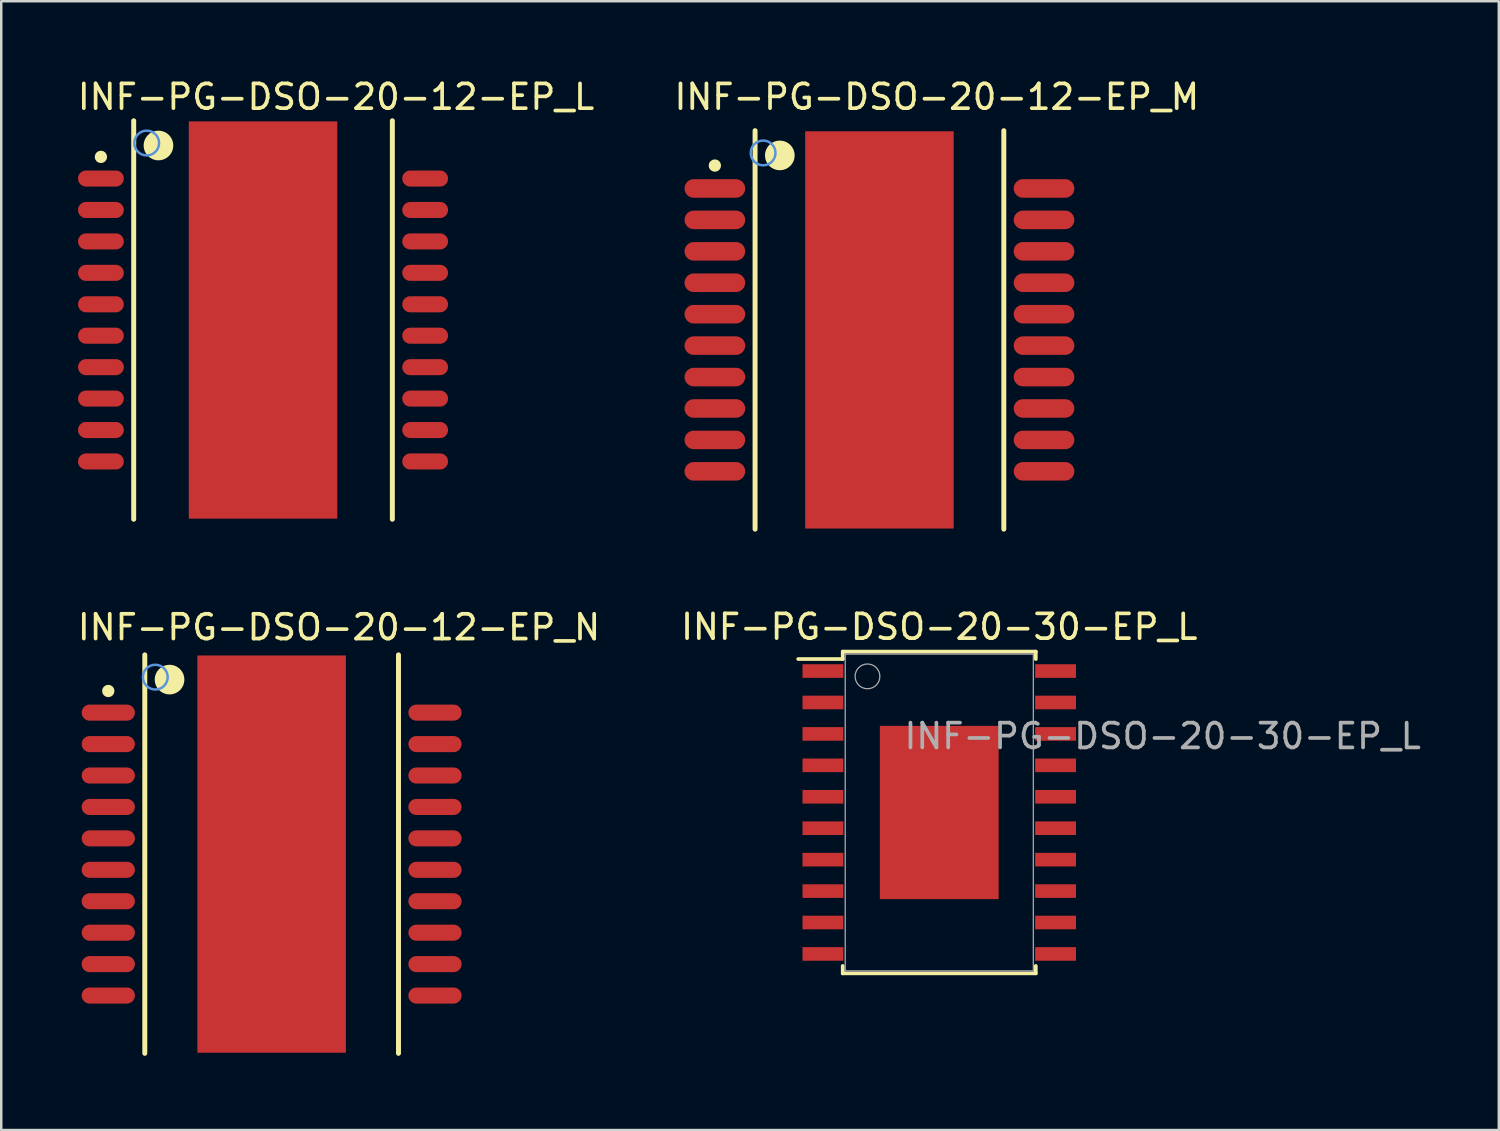
<source format=kicad_pcb>
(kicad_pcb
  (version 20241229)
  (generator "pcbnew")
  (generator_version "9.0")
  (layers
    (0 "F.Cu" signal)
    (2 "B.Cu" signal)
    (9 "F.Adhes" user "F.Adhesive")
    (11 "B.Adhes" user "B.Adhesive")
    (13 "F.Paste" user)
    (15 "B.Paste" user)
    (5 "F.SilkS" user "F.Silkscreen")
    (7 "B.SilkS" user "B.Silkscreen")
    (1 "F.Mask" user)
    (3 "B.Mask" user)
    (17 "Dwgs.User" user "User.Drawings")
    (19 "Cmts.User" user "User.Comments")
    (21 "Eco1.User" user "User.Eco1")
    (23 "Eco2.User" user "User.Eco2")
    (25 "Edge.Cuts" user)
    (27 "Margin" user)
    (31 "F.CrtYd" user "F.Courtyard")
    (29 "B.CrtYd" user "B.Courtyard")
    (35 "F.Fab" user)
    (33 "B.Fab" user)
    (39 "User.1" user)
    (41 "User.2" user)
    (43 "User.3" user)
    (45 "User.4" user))
  (footprint "INF-PG-DSO-20-12-EP_N"
    (layer "F.Cu")
    (at 7.925 31.458)
    (property "Reference" "INF-PG-DSO-20-12-EP_N" (at -7.925 -8.579 0) (layer "F.SilkS") (effects (font (size 1 1) (thickness 0.15)) (justify left bottom)))
    (attr through_hole)
    (fp_line (start -5.125 8.05) (end -5.125 -8.05) (stroke (width 0.2) (type solid)) (layer "F.SilkS"))
    (fp_line (start 5.125 8.05) (end 5.125 -8.05) (stroke (width 0.2) (type solid)) (layer "F.SilkS"))
    (fp_circle (center -6.6 -6.59) (end -6.475 -6.59) (stroke (width 0.25) (type solid)) (fill no) (layer "F.SilkS"))
    (fp_circle (center -4.125 -7.05) (end -3.825 -7.05) (stroke (width 0.6) (type solid)) (fill no) (layer "F.SilkS"))
    (fp_circle (center -4.7 -7.15) (end -4.2 -7.15) (stroke (width 0.1) (type solid)) (fill no) (layer "Cmts.User"))
    (pad "1" smd oval (at -6.6 -5.715 90) (size 0.65 2.15) (layers "F.Cu" "F.Mask" "F.Paste"))
    (pad "2" smd oval (at -6.6 -4.445 90) (size 0.65 2.15) (layers "F.Cu" "F.Mask" "F.Paste"))
    (pad "3" smd oval (at -6.6 -3.175 90) (size 0.65 2.15) (layers "F.Cu" "F.Mask" "F.Paste"))
    (pad "4" smd oval (at -6.6 -1.905 90) (size 0.65 2.15) (layers "F.Cu" "F.Mask" "F.Paste"))
    (pad "5" smd oval (at -6.6 -0.635 90) (size 0.65 2.15) (layers "F.Cu" "F.Mask" "F.Paste"))
    (pad "6" smd oval (at -6.6 0.635 90) (size 0.65 2.15) (layers "F.Cu" "F.Mask" "F.Paste"))
    (pad "7" smd oval (at -6.6 1.905 90) (size 0.65 2.15) (layers "F.Cu" "F.Mask" "F.Paste"))
    (pad "8" smd oval (at -6.6 3.175 90) (size 0.65 2.15) (layers "F.Cu" "F.Mask" "F.Paste"))
    (pad "9" smd oval (at -6.6 4.445 90) (size 0.65 2.15) (layers "F.Cu" "F.Mask" "F.Paste"))
    (pad "10" smd oval (at -6.6 5.715 90) (size 0.65 2.15) (layers "F.Cu" "F.Mask" "F.Paste"))
    (pad "11" smd oval (at 6.6 5.715 90) (size 0.65 2.15) (layers "F.Cu" "F.Mask" "F.Paste"))
    (pad "12" smd oval (at 6.6 4.445 90) (size 0.65 2.15) (layers "F.Cu" "F.Mask" "F.Paste"))
    (pad "13" smd oval (at 6.6 3.175 90) (size 0.65 2.15) (layers "F.Cu" "F.Mask" "F.Paste"))
    (pad "14" smd oval (at 6.6 1.905 90) (size 0.65 2.15) (layers "F.Cu" "F.Mask" "F.Paste"))
    (pad "15" smd oval (at 6.6 0.635 90) (size 0.65 2.15) (layers "F.Cu" "F.Mask" "F.Paste"))
    (pad "16" smd oval (at 6.6 -0.635 90) (size 0.65 2.15) (layers "F.Cu" "F.Mask" "F.Paste"))
    (pad "17" smd oval (at 6.6 -1.905 90) (size 0.65 2.15) (layers "F.Cu" "F.Mask" "F.Paste"))
    (pad "18" smd oval (at 6.6 -3.175 90) (size 0.65 2.15) (layers "F.Cu" "F.Mask" "F.Paste"))
    (pad "19" smd oval (at 6.6 -4.445 90) (size 0.65 2.15) (layers "F.Cu" "F.Mask" "F.Paste"))
    (pad "20" smd oval (at 6.6 -5.715 90) (size 0.65 2.15) (layers "F.Cu" "F.Mask" "F.Paste"))
    (pad "21" smd rect (at 0 0) (size 6 16.05) (layers "F.Cu" "F.Mask" "F.Paste")))
  (footprint "INF-PG-DSO-20-12-EP_M"
    (layer "F.Cu")
    (at 32.482 10.279)
    (property "Reference" "INF-PG-DSO-20-12-EP_M" (at -8.375 -8.829 0) (layer "F.SilkS") (effects (font (size 1 1) (thickness 0.15)) (justify left bottom)))
    (attr through_hole)
    (fp_line (start -5.025 8.05) (end -5.025 -8.05) (stroke (width 0.2) (type solid)) (layer "F.SilkS"))
    (fp_line (start 5.025 8.05) (end 5.025 -8.05) (stroke (width 0.2) (type solid)) (layer "F.SilkS"))
    (fp_circle (center -6.65 -6.64) (end -6.525 -6.64) (stroke (width 0.25) (type solid)) (fill no) (layer "F.SilkS"))
    (fp_circle (center -4.025 -7.05) (end -3.725 -7.05) (stroke (width 0.6) (type solid)) (fill no) (layer "F.SilkS"))
    (fp_circle (center -4.7 -7.15) (end -4.2 -7.15) (stroke (width 0.1) (type solid)) (fill no) (layer "Cmts.User"))
    (pad "1" smd oval (at -6.65 -5.715 90) (size 0.75 2.45) (layers "F.Cu" "F.Mask" "F.Paste"))
    (pad "2" smd oval (at -6.65 -4.445 90) (size 0.75 2.45) (layers "F.Cu" "F.Mask" "F.Paste"))
    (pad "3" smd oval (at -6.65 -3.175 90) (size 0.75 2.45) (layers "F.Cu" "F.Mask" "F.Paste"))
    (pad "4" smd oval (at -6.65 -1.905 90) (size 0.75 2.45) (layers "F.Cu" "F.Mask" "F.Paste"))
    (pad "5" smd oval (at -6.65 -0.635 90) (size 0.75 2.45) (layers "F.Cu" "F.Mask" "F.Paste"))
    (pad "6" smd oval (at -6.65 0.635 90) (size 0.75 2.45) (layers "F.Cu" "F.Mask" "F.Paste"))
    (pad "7" smd oval (at -6.65 1.905 90) (size 0.75 2.45) (layers "F.Cu" "F.Mask" "F.Paste"))
    (pad "8" smd oval (at -6.65 3.175 90) (size 0.75 2.45) (layers "F.Cu" "F.Mask" "F.Paste"))
    (pad "9" smd oval (at -6.65 4.445 90) (size 0.75 2.45) (layers "F.Cu" "F.Mask" "F.Paste"))
    (pad "10" smd oval (at -6.65 5.715 90) (size 0.75 2.45) (layers "F.Cu" "F.Mask" "F.Paste"))
    (pad "11" smd oval (at 6.65 5.715 90) (size 0.75 2.45) (layers "F.Cu" "F.Mask" "F.Paste"))
    (pad "12" smd oval (at 6.65 4.445 90) (size 0.75 2.45) (layers "F.Cu" "F.Mask" "F.Paste"))
    (pad "13" smd oval (at 6.65 3.175 90) (size 0.75 2.45) (layers "F.Cu" "F.Mask" "F.Paste"))
    (pad "14" smd oval (at 6.65 1.905 90) (size 0.75 2.45) (layers "F.Cu" "F.Mask" "F.Paste"))
    (pad "15" smd oval (at 6.65 0.635 90) (size 0.75 2.45) (layers "F.Cu" "F.Mask" "F.Paste"))
    (pad "16" smd oval (at 6.65 -0.635 90) (size 0.75 2.45) (layers "F.Cu" "F.Mask" "F.Paste"))
    (pad "17" smd oval (at 6.65 -1.905 90) (size 0.75 2.45) (layers "F.Cu" "F.Mask" "F.Paste"))
    (pad "18" smd oval (at 6.65 -3.175 90) (size 0.75 2.45) (layers "F.Cu" "F.Mask" "F.Paste"))
    (pad "19" smd oval (at 6.65 -4.445 90) (size 0.75 2.45) (layers "F.Cu" "F.Mask" "F.Paste"))
    (pad "20" smd oval (at 6.65 -5.715 90) (size 0.75 2.45) (layers "F.Cu" "F.Mask" "F.Paste"))
    (pad "21" smd rect (at 0 0) (size 6 16.05) (layers "F.Cu" "F.Mask" "F.Paste")))
  (footprint "INF-PG-DSO-20-12-EP_L"
    (layer "F.Cu")
    (at 7.577 9.879)
    (property "Reference" "INF-PG-DSO-20-12-EP_L" (at -7.577 -8.429 0) (layer "F.SilkS") (effects (font (size 1 1) (thickness 0.15)) (justify left bottom)))
    (attr through_hole)
    (fp_line (start -5.225 8.05) (end -5.225 -8.05) (stroke (width 0.2) (type solid)) (layer "F.SilkS"))
    (fp_line (start 5.225 8.05) (end 5.225 -8.05) (stroke (width 0.2) (type solid)) (layer "F.SilkS"))
    (fp_circle (center -6.55 -6.59) (end -6.425 -6.59) (stroke (width 0.25) (type solid)) (fill no) (layer "F.SilkS"))
    (fp_circle (center -4.225 -7.05) (end -3.925 -7.05) (stroke (width 0.6) (type solid)) (fill no) (layer "F.SilkS"))
    (fp_circle (center -4.7 -7.15) (end -4.2 -7.15) (stroke (width 0.1) (type solid)) (fill no) (layer "Cmts.User"))
    (pad "1" smd oval (at -6.55 -5.715 90) (size 0.65 1.85) (layers "F.Cu" "F.Mask" "F.Paste"))
    (pad "2" smd oval (at -6.55 -4.445 90) (size 0.65 1.85) (layers "F.Cu" "F.Mask" "F.Paste"))
    (pad "3" smd oval (at -6.55 -3.175 90) (size 0.65 1.85) (layers "F.Cu" "F.Mask" "F.Paste"))
    (pad "4" smd oval (at -6.55 -1.905 90) (size 0.65 1.85) (layers "F.Cu" "F.Mask" "F.Paste"))
    (pad "5" smd oval (at -6.55 -0.635 90) (size 0.65 1.85) (layers "F.Cu" "F.Mask" "F.Paste"))
    (pad "6" smd oval (at -6.55 0.635 90) (size 0.65 1.85) (layers "F.Cu" "F.Mask" "F.Paste"))
    (pad "7" smd oval (at -6.55 1.905 90) (size 0.65 1.85) (layers "F.Cu" "F.Mask" "F.Paste"))
    (pad "8" smd oval (at -6.55 3.175 90) (size 0.65 1.85) (layers "F.Cu" "F.Mask" "F.Paste"))
    (pad "9" smd oval (at -6.55 4.445 90) (size 0.65 1.85) (layers "F.Cu" "F.Mask" "F.Paste"))
    (pad "10" smd oval (at -6.55 5.715 90) (size 0.65 1.85) (layers "F.Cu" "F.Mask" "F.Paste"))
    (pad "11" smd oval (at 6.55 5.715 90) (size 0.65 1.85) (layers "F.Cu" "F.Mask" "F.Paste"))
    (pad "12" smd oval (at 6.55 4.445 90) (size 0.65 1.85) (layers "F.Cu" "F.Mask" "F.Paste"))
    (pad "13" smd oval (at 6.55 3.175 90) (size 0.65 1.85) (layers "F.Cu" "F.Mask" "F.Paste"))
    (pad "14" smd oval (at 6.55 1.905 90) (size 0.65 1.85) (layers "F.Cu" "F.Mask" "F.Paste"))
    (pad "15" smd oval (at 6.55 0.635 90) (size 0.65 1.85) (layers "F.Cu" "F.Mask" "F.Paste"))
    (pad "16" smd oval (at 6.55 -0.635 90) (size 0.65 1.85) (layers "F.Cu" "F.Mask" "F.Paste"))
    (pad "17" smd oval (at 6.55 -1.905 90) (size 0.65 1.85) (layers "F.Cu" "F.Mask" "F.Paste"))
    (pad "18" smd oval (at 6.55 -3.175 90) (size 0.65 1.85) (layers "F.Cu" "F.Mask" "F.Paste"))
    (pad "19" smd oval (at 6.55 -4.445 90) (size 0.65 1.85) (layers "F.Cu" "F.Mask" "F.Paste"))
    (pad "20" smd oval (at 6.55 -5.715 90) (size 0.65 1.85) (layers "F.Cu" "F.Mask" "F.Paste"))
    (pad "21" smd rect (at 0 0) (size 6 16.05) (layers "F.Cu" "F.Mask" "F.Paste")))
  (footprint "INF-PG-DSO-20-30-EP_L"
    (layer "F.Cu")
    (at 34.899 29.777)
    (property "Reference" "INF-PG-DSO-20-30-EP_L" (at -1.5 -2.5 0) (layer "F.Fab") (effects (font (size 1 1) (thickness 0.15)) (justify left bottom)))
    (attr through_hole)
    (fp_line (start -5.7 -6.2) (end -3.9 -6.2) (stroke (width 0.15) (type solid)) (layer "F.SilkS"))
    (fp_line (start -3.9 -6.5) (end 3.9 -6.5) (stroke (width 0.15) (type solid)) (layer "F.SilkS"))
    (fp_line (start -3.9 -6.2) (end -3.9 -6.5) (stroke (width 0.15) (type solid)) (layer "F.SilkS"))
    (fp_line (start -3.9 6.2) (end -3.9 6.5) (stroke (width 0.15) (type solid)) (layer "F.SilkS"))
    (fp_line (start 3.9 -6.2) (end 3.9 -6.5) (stroke (width 0.15) (type solid)) (layer "F.SilkS"))
    (fp_line (start 3.9 6.2) (end 3.9 6.5) (stroke (width 0.15) (type solid)) (layer "F.SilkS"))
    (fp_line (start 3.9 6.5) (end -3.9 6.5) (stroke (width 0.15) (type solid)) (layer "F.SilkS"))
    (fp_line (start -3.8 -6.4) (end 3.8 -6.4) (stroke (width 0.05) (type solid)) (layer "F.Fab"))
    (fp_line (start -3.8 6.4) (end -3.8 -6.4) (stroke (width 0.05) (type solid)) (layer "F.Fab"))
    (fp_line (start 3.8 -6.4) (end 3.8 6.4) (stroke (width 0.05) (type solid)) (layer "F.Fab"))
    (fp_line (start 3.8 6.4) (end -3.8 6.4) (stroke (width 0.05) (type solid)) (layer "F.Fab"))
    (fp_circle (center -2.9 -5.5) (end -2.4 -5.5) (stroke (width 0.05) (type solid)) (fill no) (layer "F.Fab"))
    (fp_text user "${REFERENCE}" (at 0 -7.5 0) (layer "F.SilkS") (effects (font (size 1 1) (thickness 0.15))))
    (pad "1" smd rect (at -4.7 -5.715 90) (size 0.55 1.65) (layers "F.Cu" "F.Mask" "F.Paste"))
    (pad "2" smd rect (at -4.7 -4.445 90) (size 0.55 1.65) (layers "F.Cu" "F.Mask" "F.Paste"))
    (pad "3" smd rect (at -4.7 -3.175 90) (size 0.55 1.65) (layers "F.Cu" "F.Mask" "F.Paste"))
    (pad "4" smd rect (at -4.7 -1.905 90) (size 0.55 1.65) (layers "F.Cu" "F.Mask" "F.Paste"))
    (pad "5" smd rect (at -4.7 -0.635 90) (size 0.55 1.65) (layers "F.Cu" "F.Mask" "F.Paste"))
    (pad "6" smd rect (at -4.7 0.635 90) (size 0.55 1.65) (layers "F.Cu" "F.Mask" "F.Paste"))
    (pad "7" smd rect (at -4.7 1.905 90) (size 0.55 1.65) (layers "F.Cu" "F.Mask" "F.Paste"))
    (pad "8" smd rect (at -4.7 3.175 90) (size 0.55 1.65) (layers "F.Cu" "F.Mask" "F.Paste"))
    (pad "9" smd rect (at -4.7 4.445 90) (size 0.55 1.65) (layers "F.Cu" "F.Mask" "F.Paste"))
    (pad "10" smd rect (at -4.7 5.715 90) (size 0.55 1.65) (layers "F.Cu" "F.Mask" "F.Paste"))
    (pad "11" smd rect (at 4.7 5.715 90) (size 0.55 1.65) (layers "F.Cu" "F.Mask" "F.Paste"))
    (pad "12" smd rect (at 4.7 4.445 90) (size 0.55 1.65) (layers "F.Cu" "F.Mask" "F.Paste"))
    (pad "13" smd rect (at 4.7 3.175 90) (size 0.55 1.65) (layers "F.Cu" "F.Mask" "F.Paste"))
    (pad "14" smd rect (at 4.7 1.905 90) (size 0.55 1.65) (layers "F.Cu" "F.Mask" "F.Paste"))
    (pad "15" smd rect (at 4.7 0.635 90) (size 0.55 1.65) (layers "F.Cu" "F.Mask" "F.Paste"))
    (pad "16" smd rect (at 4.7 -0.635 90) (size 0.55 1.65) (layers "F.Cu" "F.Mask" "F.Paste"))
    (pad "17" smd rect (at 4.7 -1.905 90) (size 0.55 1.65) (layers "F.Cu" "F.Mask" "F.Paste"))
    (pad "18" smd rect (at 4.7 -3.175 90) (size 0.55 1.65) (layers "F.Cu" "F.Mask" "F.Paste"))
    (pad "19" smd rect (at 4.7 -4.445 90) (size 0.55 1.65) (layers "F.Cu" "F.Mask" "F.Paste"))
    (pad "20" smd rect (at 4.7 -5.715 90) (size 0.55 1.65) (layers "F.Cu" "F.Mask" "F.Paste"))
    (pad "21" smd rect (at 0 0) (size 4.8 7) (layers "F.Cu" "F.Mask" "F.Paste")))
  (gr_rect
    (start -3 -3)
    (end 57.506 42.608)
    (stroke (width 0.1) (type default))
    (fill no)
    (layer "Edge.Cuts")))
</source>
